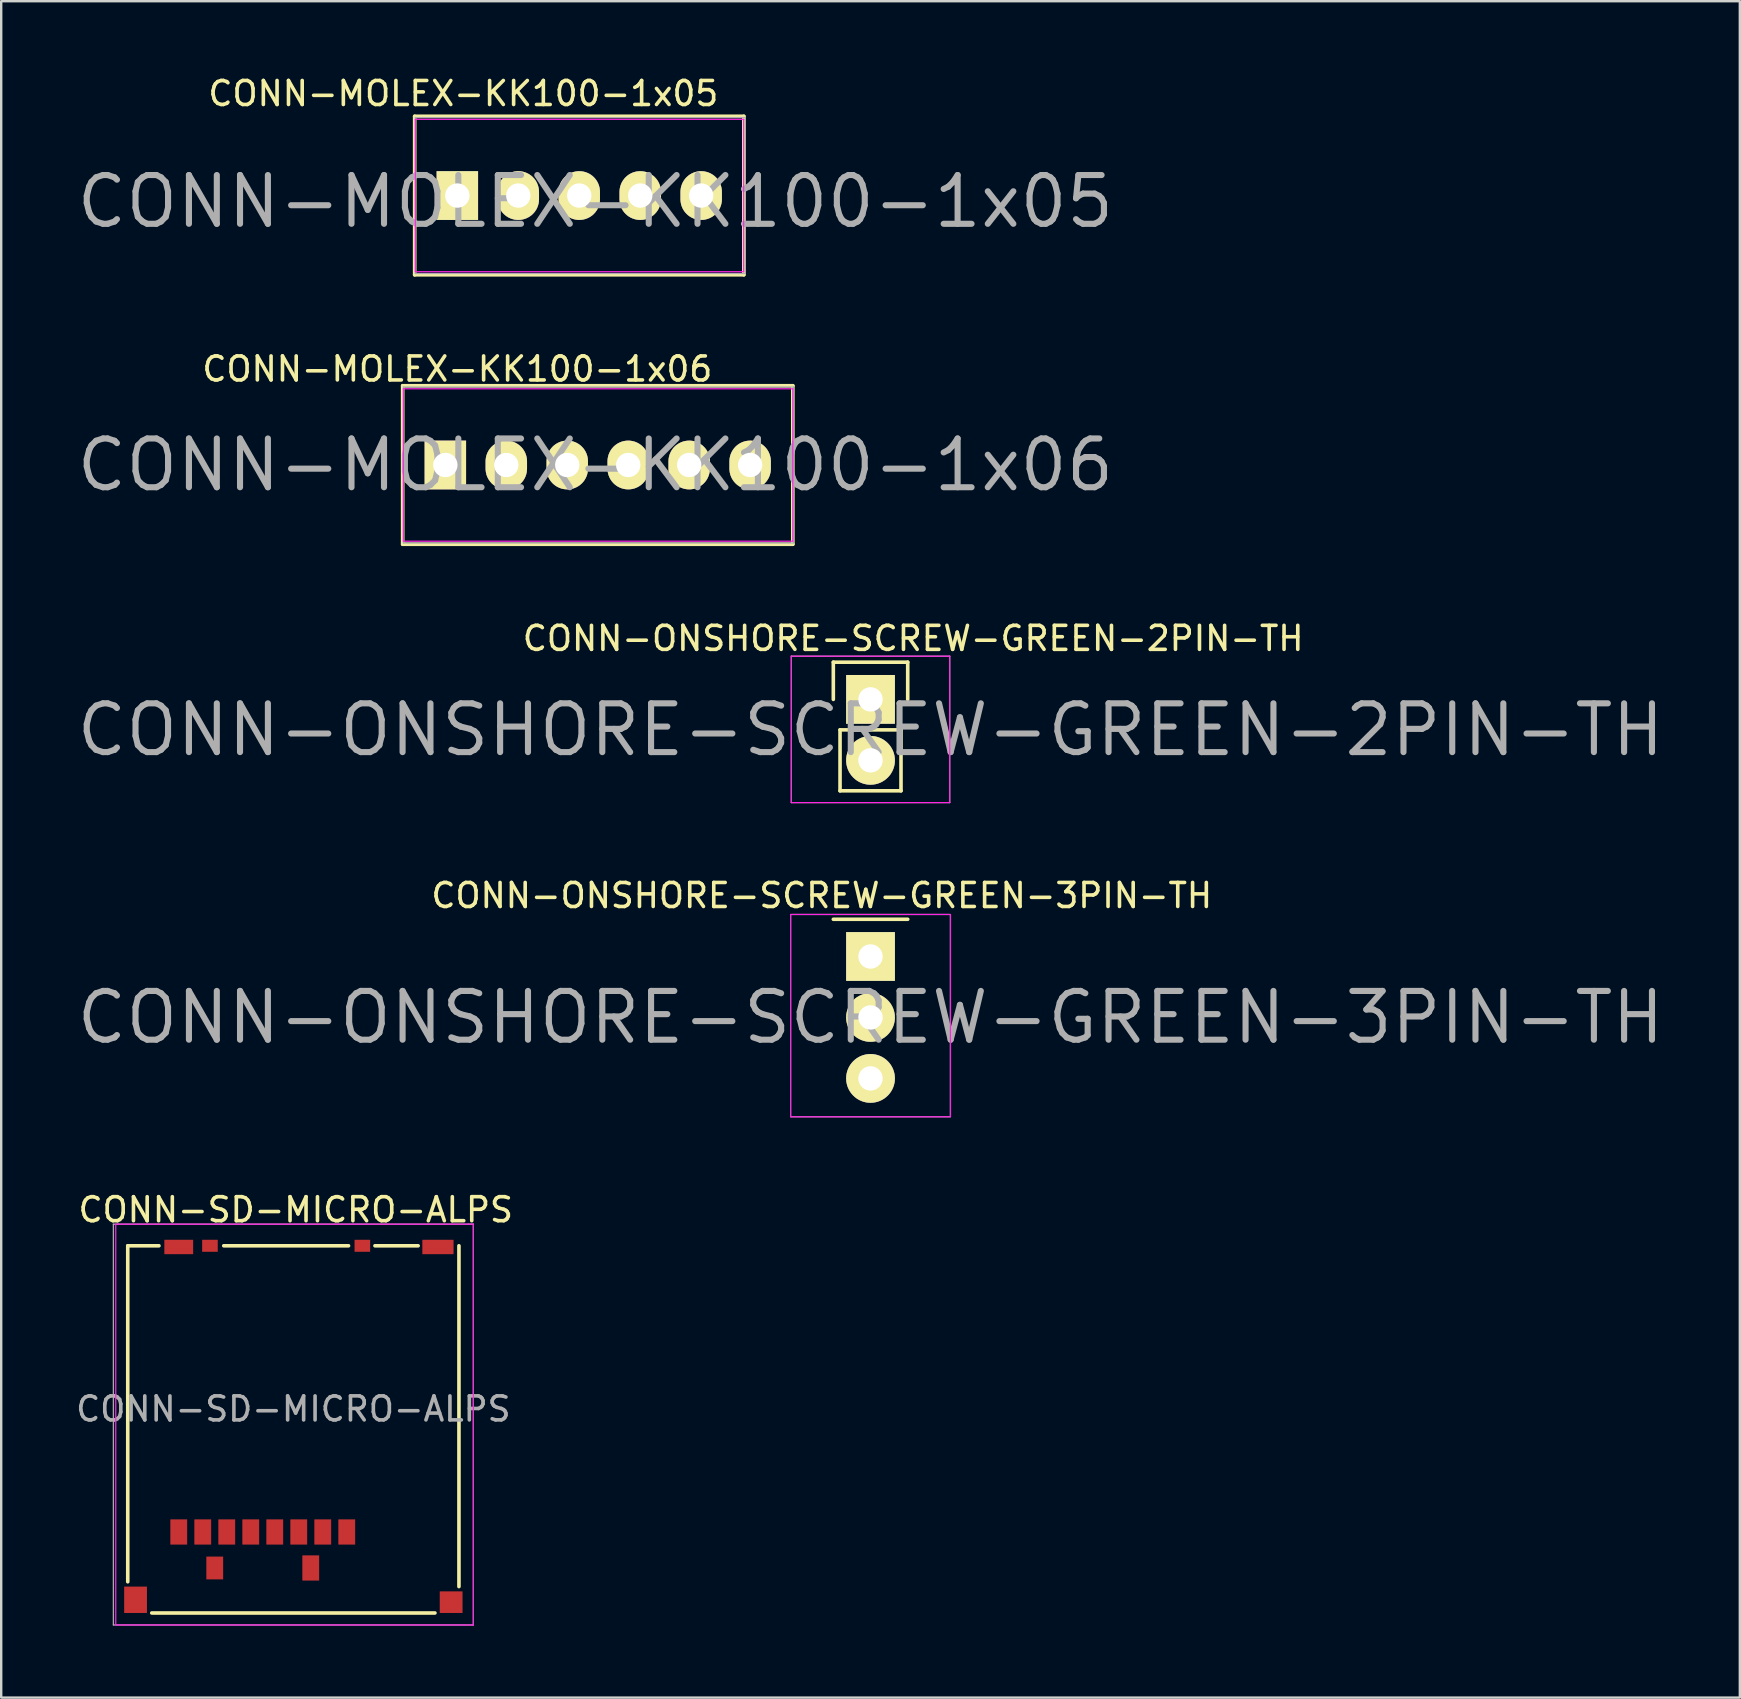
<source format=kicad_pcb>
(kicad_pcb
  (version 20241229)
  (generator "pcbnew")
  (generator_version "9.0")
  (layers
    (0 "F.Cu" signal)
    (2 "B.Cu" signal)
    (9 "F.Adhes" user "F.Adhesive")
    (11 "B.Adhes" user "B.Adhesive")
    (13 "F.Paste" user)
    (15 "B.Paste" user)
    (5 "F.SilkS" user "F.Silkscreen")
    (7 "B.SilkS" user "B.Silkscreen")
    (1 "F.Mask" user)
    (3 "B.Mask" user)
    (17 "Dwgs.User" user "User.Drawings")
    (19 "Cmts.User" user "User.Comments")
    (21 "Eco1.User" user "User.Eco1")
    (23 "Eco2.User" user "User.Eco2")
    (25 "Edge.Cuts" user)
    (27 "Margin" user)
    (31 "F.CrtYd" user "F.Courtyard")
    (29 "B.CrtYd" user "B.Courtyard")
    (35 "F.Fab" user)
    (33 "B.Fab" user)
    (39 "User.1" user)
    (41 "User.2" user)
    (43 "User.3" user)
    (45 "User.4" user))
  (footprint "CONN-MOLEX-KK100-1x06"
    (layer "F.Cu")
    (at 15.506 16.325)
    (property "Reference" "CONN-MOLEX-KK100-1x06" (at 6.25 0 0) (layer "F.Fab") (effects (font (size 2.032 2.032) (thickness 0.254))))
    (attr through_hole)
    (fp_line (start -1.778 -3.302) (end -1.778 3.302) (stroke (width 0.152) (type solid)) (layer "F.SilkS"))
    (fp_line (start -1.778 3.302) (end 14.478 3.302) (stroke (width 0.152) (type solid)) (layer "F.SilkS"))
    (fp_line (start 14.478 -3.302) (end -1.778 -3.302) (stroke (width 0.152) (type solid)) (layer "F.SilkS"))
    (fp_line (start 14.478 3.302) (end 14.478 -3.302) (stroke (width 0.152) (type solid)) (layer "F.SilkS"))
    (fp_line (start -1.75 -3.175) (end -1.75 3.175) (stroke (width 0.05) (type solid)) (layer "F.CrtYd"))
    (fp_line (start -1.75 -3.175) (end 14.478 -3.175) (stroke (width 0.05) (type solid)) (layer "F.CrtYd"))
    (fp_line (start -1.75 3.175) (end 14.478 3.175) (stroke (width 0.05) (type solid)) (layer "F.CrtYd"))
    (fp_line (start 14.478 -3.175) (end 14.478 3.175) (stroke (width 0.05) (type solid)) (layer "F.CrtYd"))
    (fp_line (start -1.75 -3.25) (end -1.75 3.25) (stroke (width 0.051) (type solid)) (layer "F.Fab"))
    (fp_line (start -1.75 3.25) (end 14.5 3.25) (stroke (width 0.051) (type solid)) (layer "F.Fab"))
    (fp_line (start 14.5 -3.25) (end -1.75 -3.25) (stroke (width 0.051) (type solid)) (layer "F.Fab"))
    (fp_line (start 14.5 3.25) (end 14.5 -3.25) (stroke (width 0.051) (type solid)) (layer "F.Fab"))
    (fp_text user "${REFERENCE}" (at 0.5 -4 0) (layer "F.SilkS") (effects (font (size 1 1) (thickness 0.15))))
    (pad "1" thru_hole rect (at 0 0) (size 1.727 2.032) (drill 1.016) (layers "*.Cu" "*.Mask" "F.SilkS"))
    (pad "2" thru_hole oval (at 2.54 0) (size 1.727 2.032) (drill 1.016) (layers "*.Cu" "*.Mask" "F.SilkS"))
    (pad "3" thru_hole oval (at 5.08 0) (size 1.727 2.032) (drill 1.016) (layers "*.Cu" "*.Mask" "F.SilkS"))
    (pad "4" thru_hole oval (at 7.62 0) (size 1.727 2.032) (drill 1.016) (layers "*.Cu" "*.Mask" "F.SilkS"))
    (pad "5" thru_hole oval (at 10.16 0) (size 1.727 2.032) (drill 1.016) (layers "*.Cu" "*.Mask" "F.SilkS"))
    (pad "6" thru_hole oval (at 12.7 0) (size 1.727 2.032) (drill 1.016) (layers "*.Cu" "*.Mask" "F.SilkS")))
  (footprint "CONN-MOLEX-KK100-1x05"
    (layer "F.Cu")
    (at 16.006 5.098)
    (property "Reference" "CONN-MOLEX-KK100-1x05" (at 5.75 0.25 0) (layer "F.Fab") (effects (font (size 2.032 2.032) (thickness 0.254))))
    (attr through_hole)
    (fp_line (start -1.778 -3.302) (end -1.778 3.302) (stroke (width 0.152) (type solid)) (layer "F.SilkS"))
    (fp_line (start -1.778 3.302) (end 11.938 3.302) (stroke (width 0.152) (type solid)) (layer "F.SilkS"))
    (fp_line (start 11.938 -3.302) (end -1.778 -3.302) (stroke (width 0.152) (type solid)) (layer "F.SilkS"))
    (fp_line (start 11.938 3.302) (end 11.938 -3.302) (stroke (width 0.152) (type solid)) (layer "F.SilkS"))
    (fp_line (start -1.75 -3.175) (end -1.75 3.175) (stroke (width 0.05) (type solid)) (layer "F.CrtYd"))
    (fp_line (start -1.75 -3.175) (end 11.938 -3.175) (stroke (width 0.05) (type solid)) (layer "F.CrtYd"))
    (fp_line (start -1.75 3.175) (end 11.938 3.175) (stroke (width 0.05) (type solid)) (layer "F.CrtYd"))
    (fp_line (start 11.93 -3.175) (end 11.93 3.175) (stroke (width 0.05) (type solid)) (layer "F.CrtYd"))
    (fp_line (start -1.75 -3.25) (end 12 -3.25) (stroke (width 0.051) (type solid)) (layer "F.Fab"))
    (fp_line (start -1.75 3.25) (end -1.75 -3.25) (stroke (width 0.051) (type solid)) (layer "F.Fab"))
    (fp_line (start 12 -3.25) (end 12 3.25) (stroke (width 0.051) (type solid)) (layer "F.Fab"))
    (fp_line (start 12 3.25) (end -1.75 3.25) (stroke (width 0.051) (type solid)) (layer "F.Fab"))
    (fp_text user "${REFERENCE}" (at 0.25 -4.25 0) (layer "F.SilkS") (effects (font (size 1 1) (thickness 0.15))))
    (pad "1" thru_hole rect (at 0 0) (size 1.727 2.032) (drill 1.016) (layers "*.Cu" "*.Mask" "F.SilkS"))
    (pad "2" thru_hole oval (at 2.54 0) (size 1.727 2.032) (drill 1.016) (layers "*.Cu" "*.Mask" "F.SilkS"))
    (pad "3" thru_hole oval (at 5.08 0) (size 1.727 2.032) (drill 1.016) (layers "*.Cu" "*.Mask" "F.SilkS"))
    (pad "4" thru_hole oval (at 7.62 0) (size 1.727 2.032) (drill 1.016) (layers "*.Cu" "*.Mask" "F.SilkS"))
    (pad "5" thru_hole oval (at 10.16 0) (size 1.727 2.032) (drill 1.016) (layers "*.Cu" "*.Mask" "F.SilkS")))
  (footprint "CONN-SD-MICRO-ALPS"
    (layer "F.Cu")
    (at 9.173 48.858)
    (property "Reference" "CONN-SD-MICRO-ALPS" (at 0 6.8 0) (layer "F.Fab") (effects (font (size 1 1) (thickness 0.15))))
    (attr through_hole)
    (fp_line (start -6.9 0) (end -5.6 0) (stroke (width 0.15) (type solid)) (layer "F.SilkS"))
    (fp_line (start -6.9 14) (end -6.9 0) (stroke (width 0.15) (type solid)) (layer "F.SilkS"))
    (fp_line (start -2.9 0) (end 2.3 0) (stroke (width 0.15) (type solid)) (layer "F.SilkS"))
    (fp_line (start 3.4 0) (end 5.2 0) (stroke (width 0.15) (type solid)) (layer "F.SilkS"))
    (fp_line (start 5.9 15.3) (end -5.9 15.3) (stroke (width 0.15) (type solid)) (layer "F.SilkS"))
    (fp_line (start 6.9 14.2) (end 6.9 0) (stroke (width 0.15) (type solid)) (layer "F.SilkS"))
    (fp_line (start -7.4 -0.9) (end -7.4 15.8) (stroke (width 0.051) (type solid)) (layer "F.CrtYd"))
    (fp_line (start -7.4 15.8) (end 7.5 15.8) (stroke (width 0.051) (type solid)) (layer "F.CrtYd"))
    (fp_line (start 7.5 -0.9) (end -7.4 -0.9) (stroke (width 0.051) (type solid)) (layer "F.CrtYd"))
    (fp_line (start 7.5 15.8) (end 7.5 -0.9) (stroke (width 0.051) (type solid)) (layer "F.CrtYd"))
    (fp_line (start -7.5 -0.9) (end -7.5 15.8) (stroke (width 0.051) (type solid)) (layer "F.Fab"))
    (fp_line (start -7.5 15.8) (end 7.5 15.8) (stroke (width 0.051) (type solid)) (layer "F.Fab"))
    (fp_line (start -7.3 -0.9) (end -7.5 -0.9) (stroke (width 0.051) (type solid)) (layer "F.Fab"))
    (fp_line (start 7.3 -0.9) (end -7.3 -0.9) (stroke (width 0.051) (type solid)) (layer "F.Fab"))
    (fp_line (start 7.4 -0.9) (end 7.3 -0.9) (stroke (width 0.051) (type solid)) (layer "F.Fab"))
    (fp_line (start 7.5 -0.9) (end 7.4 -0.9) (stroke (width 0.051) (type solid)) (layer "F.Fab"))
    (fp_line (start 7.5 15.8) (end 7.5 -0.9) (stroke (width 0.051) (type solid)) (layer "F.Fab"))
    (fp_text user "${REFERENCE}" (at 0.1 -1.5 0) (layer "F.SilkS") (effects (font (size 1 1) (thickness 0.15))))
    (pad "1" smd rect (at 2.225 11.925) (size 0.7 1.05) (layers "F.Cu" "F.Mask" "F.Paste"))
    (pad "2" smd rect (at 1.225 11.925) (size 0.7 1.05) (layers "F.Cu" "F.Mask" "F.Paste"))
    (pad "3" smd rect (at 0.225 11.925) (size 0.7 1.05) (layers "F.Cu" "F.Mask" "F.Paste"))
    (pad "4" smd rect (at -0.775 11.925) (size 0.7 1.05) (layers "F.Cu" "F.Mask" "F.Paste"))
    (pad "5" smd rect (at -1.775 11.925) (size 0.7 1.05) (layers "F.Cu" "F.Mask" "F.Paste"))
    (pad "6" smd rect (at -2.775 11.925) (size 0.7 1.05) (layers "F.Cu" "F.Mask" "F.Paste"))
    (pad "7" smd rect (at -3.775 11.925) (size 0.7 1.05) (layers "F.Cu" "F.Mask" "F.Paste"))
    (pad "8" smd rect (at -4.775 11.925) (size 0.7 1.05) (layers "F.Cu" "F.Mask" "F.Paste"))
    (pad "SHLD" smd rect (at -6.575 14.75) (size 0.95 1.1) (layers "F.Cu" "F.Mask" "F.Paste"))
    (pad "SHLD" smd rect (at -4.775 0.05) (size 1.2 0.6) (layers "F.Cu" "F.Mask" "F.Paste"))
    (pad "SHLD" smd rect (at -3.475 0) (size 0.65 0.5) (layers "F.Cu" "F.Mask" "F.Paste"))
    (pad "SHLD" smd rect (at -3.275 13.425) (size 0.7 0.95) (layers "F.Cu" "F.Mask" "F.Paste"))
    (pad "SHLD" smd rect (at 0.725 13.425) (size 0.7 1.05) (layers "F.Cu" "F.Mask" "F.Paste"))
    (pad "SHLD" smd rect (at 2.875 0) (size 0.65 0.5) (layers "F.Cu" "F.Mask" "F.Paste"))
    (pad "SHLD" smd rect (at 6.025 0.05) (size 1.3 0.6) (layers "F.Cu" "F.Mask" "F.Paste"))
    (pad "SHLD" smd rect (at 6.575 14.85) (size 0.95 0.9) (layers "F.Cu" "F.Mask" "F.Paste")))
  (footprint "CONN-ONSHORE-SCREW-GREEN-2PIN-TH"
    (layer "F.Cu")
    (at 33.222 26.091)
    (property "Reference" "CONN-ONSHORE-SCREW-GREEN-2PIN-TH" (at 0 1.27 0) (layer "F.Fab") (effects (font (size 2.032 2.032) (thickness 0.254))))
    (attr through_hole)
    (fp_line (start -1.55 -1.55) (end 1.55 -1.55) (stroke (width 0.15) (type solid)) (layer "F.SilkS"))
    (fp_line (start -1.55 0) (end -1.55 -1.55) (stroke (width 0.15) (type solid)) (layer "F.SilkS"))
    (fp_line (start -1.27 1.27) (end -1.27 3.81) (stroke (width 0.15) (type solid)) (layer "F.SilkS"))
    (fp_line (start -1.27 3.81) (end 1.27 3.81) (stroke (width 0.15) (type solid)) (layer "F.SilkS"))
    (fp_line (start 1.27 1.27) (end -1.27 1.27) (stroke (width 0.15) (type solid)) (layer "F.SilkS"))
    (fp_line (start 1.27 1.27) (end 1.27 3.81) (stroke (width 0.15) (type solid)) (layer "F.SilkS"))
    (fp_line (start 1.55 -1.55) (end 1.55 0) (stroke (width 0.15) (type solid)) (layer "F.SilkS"))
    (fp_line (start -3.3 -1.8) (end -3.3 4.3) (stroke (width 0.05) (type solid)) (layer "F.CrtYd"))
    (fp_line (start -3.3 -1.8) (end 3.3 -1.8) (stroke (width 0.05) (type solid)) (layer "F.CrtYd"))
    (fp_line (start -3.3 4.3) (end 3.3 4.3) (stroke (width 0.05) (type solid)) (layer "F.CrtYd"))
    (fp_line (start 3.3 -1.8) (end 3.3 4.3) (stroke (width 0.05) (type solid)) (layer "F.CrtYd"))
    (fp_line (start -3.3 -1.8) (end -3.3 4.3) (stroke (width 0.05) (type solid)) (layer "F.Fab"))
    (fp_line (start -3.3 -1.8) (end 3.3 -1.8) (stroke (width 0.05) (type solid)) (layer "F.Fab"))
    (fp_line (start -3.3 4.3) (end 3.3 4.3) (stroke (width 0.05) (type solid)) (layer "F.Fab"))
    (fp_line (start 3.3 -1.8) (end 3.3 4.3) (stroke (width 0.05) (type solid)) (layer "F.Fab"))
    (fp_text user "${REFERENCE}" (at 1.778 -2.54 0) (layer "F.SilkS") (effects (font (size 1 1) (thickness 0.15))))
    (pad "1" thru_hole rect (at 0 0) (size 2.032 2.032) (drill 1.016) (layers "*.Cu" "*.Mask" "F.SilkS"))
    (pad "2" thru_hole oval (at 0 2.54) (size 2.032 2.032) (drill 1.016) (layers "*.Cu" "*.Mask" "F.SilkS")))
  (footprint "CONN-ONSHORE-SCREW-GREEN-3PIN-TH"
    (layer "F.Cu")
    (at 33.222 36.804)
    (property "Reference" "CONN-ONSHORE-SCREW-GREEN-3PIN-TH" (at 0 2.54 0) (layer "F.Fab") (effects (font (size 2.032 2.032) (thickness 0.254))))
    (attr through_hole)
    (fp_line (start -1.55 -1.55) (end 1.55 -1.55) (stroke (width 0.15) (type solid)) (layer "F.SilkS"))
    (fp_line (start -3.33 -1.75) (end -3.33 6.68) (stroke (width 0.05) (type solid)) (layer "F.CrtYd"))
    (fp_line (start -3.3 -1.75) (end 3.3 -1.75) (stroke (width 0.05) (type solid)) (layer "F.CrtYd"))
    (fp_line (start -3.3 6.68) (end 3.3 6.68) (stroke (width 0.05) (type solid)) (layer "F.CrtYd"))
    (fp_line (start 3.33 -1.75) (end 3.33 6.68) (stroke (width 0.05) (type solid)) (layer "F.CrtYd"))
    (fp_line (start -3.33 -1.75) (end -3.33 6.68) (stroke (width 0.05) (type solid)) (layer "F.Fab"))
    (fp_line (start -3.3 -1.75) (end 3.3 -1.75) (stroke (width 0.05) (type solid)) (layer "F.Fab"))
    (fp_line (start -3.3 6.68) (end 3.3 6.68) (stroke (width 0.05) (type solid)) (layer "F.Fab"))
    (fp_line (start 3.33 -1.75) (end 3.33 6.68) (stroke (width 0.05) (type solid)) (layer "F.Fab"))
    (fp_circle (center 0 0) (end 0 0.254) (stroke (width 0.2) (type solid)) (fill no) (layer "F.Fab"))
    (fp_text user "${REFERENCE}" (at -2.032 -2.54 0) (layer "F.SilkS") (effects (font (size 1 1) (thickness 0.15))))
    (pad "1" thru_hole rect (at 0 0) (size 2.032 2.032) (drill 1.016) (layers "*.Cu" "*.Mask" "F.SilkS"))
    (pad "2" thru_hole oval (at 0 2.54) (size 2.032 2.032) (drill 1.016) (layers "*.Cu" "*.Mask" "F.SilkS"))
    (pad "3" thru_hole oval (at 0 5.08) (size 2.032 2.032) (drill 1.016) (layers "*.Cu" "*.Mask" "F.SilkS")))
  (gr_rect
    (start -3 -3)
    (end 69.444 67.683)
    (stroke (width 0.1) (type default))
    (fill no)
    (layer "Edge.Cuts")))
</source>
